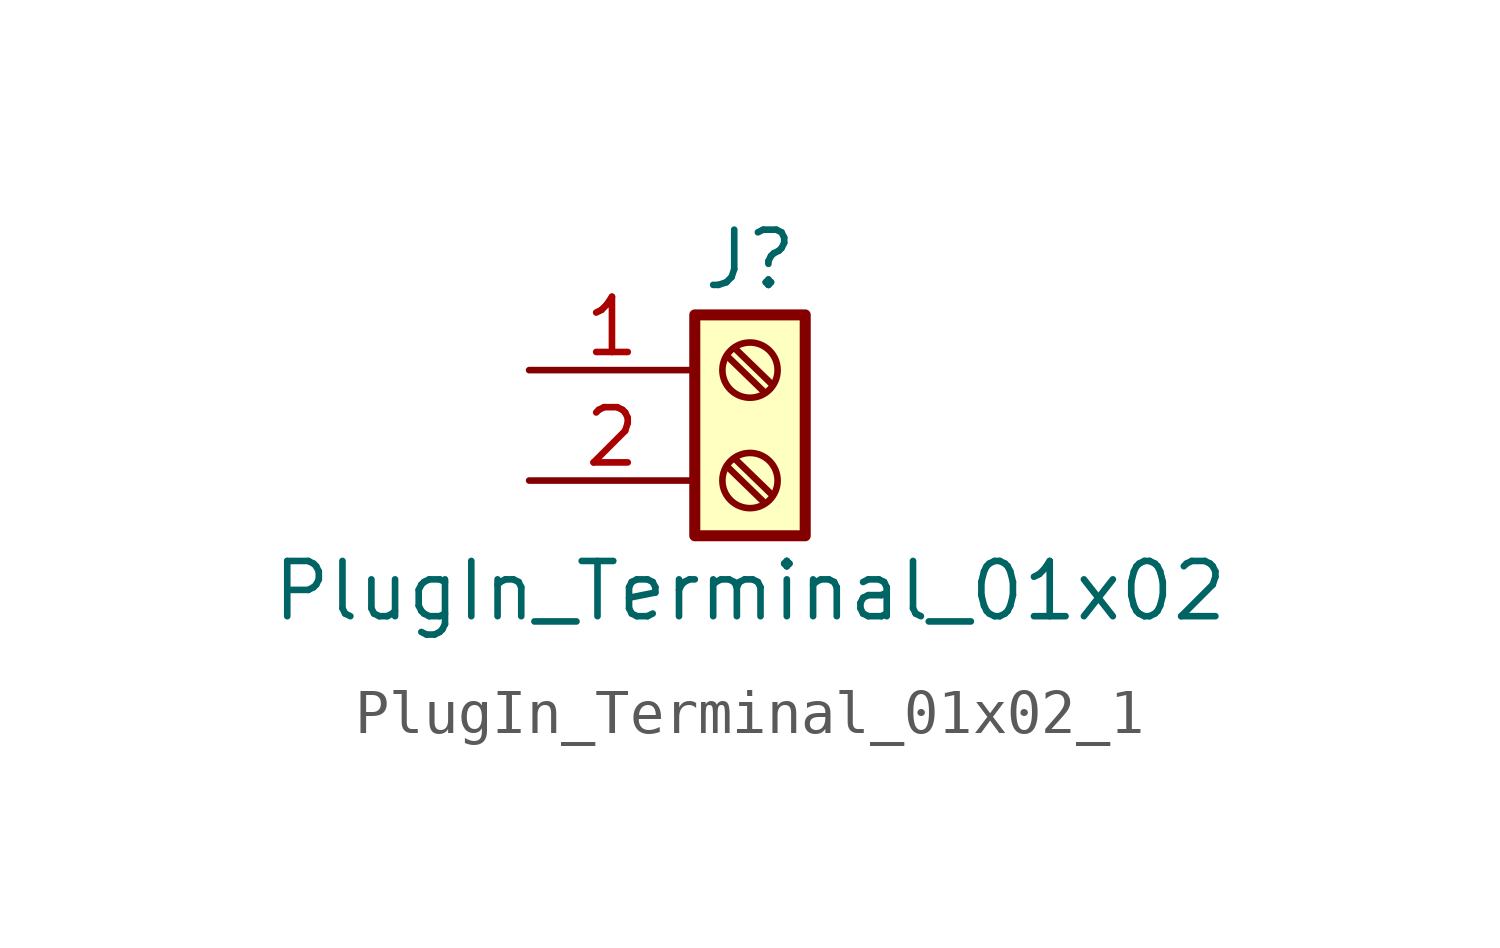
<source format=kicad_sym>
(kicad_symbol_lib
  (version 20220914)
  (generator kicad_symbol_editor)
  (symbol "PlugIn_Terminal_01x02_1"
    (pin_names
      (offset 1.016) hide)
    (property "Reference" "J"
      (at 0 2.54 0)
      (effects (font (size 1.27 1.27))))
    (property "Value" "PlugIn_Terminal_01x02"
      (at 0 -5.08 0)
      (effects (font (size 1.27 1.27))))
    (symbol "PlugIn_Terminal_01x02_1_1_1"
      (rectangle (start -1.27 1.27) (end 1.27 -3.81) (stroke (width 0.254) (type default)) (fill (type background)))
      (circle (center 0 -2.54) (radius 0.635) (stroke (width 0.152) (type default)) (fill (type none)))
      (polyline (pts (xy -0.533 -2.21) (xy 0.33 -3.048)) (stroke (width 0.152) (type default)) (fill (type none)))
      (polyline (pts (xy -0.533 0.33) (xy 0.33 -0.508)) (stroke (width 0.152) (type default)) (fill (type none)))
      (polyline (pts (xy -0.356 -2.032) (xy 0.508 -2.87)) (stroke (width 0.152) (type default)) (fill (type none)))
      (polyline (pts (xy -0.356 0.508) (xy 0.508 -0.33)) (stroke (width 0.152) (type default)) (fill (type none)))
      (circle (center 0 0) (radius 0.635) (stroke (width 0.152) (type default)) (fill (type none)))
      (pin passive line (at -5.08 0 0) (length 3.81) (name "Pin_1" (effects (font (size 1.27 1.27)))) (number "1" (effects (font (size 1.27 1.27)))))
      (pin passive line (at -5.08 -2.54 0) (length 3.81) (name "Pin_2" (effects (font (size 1.27 1.27)))) (number "2" (effects (font (size 1.27 1.27))))))))
</source>
